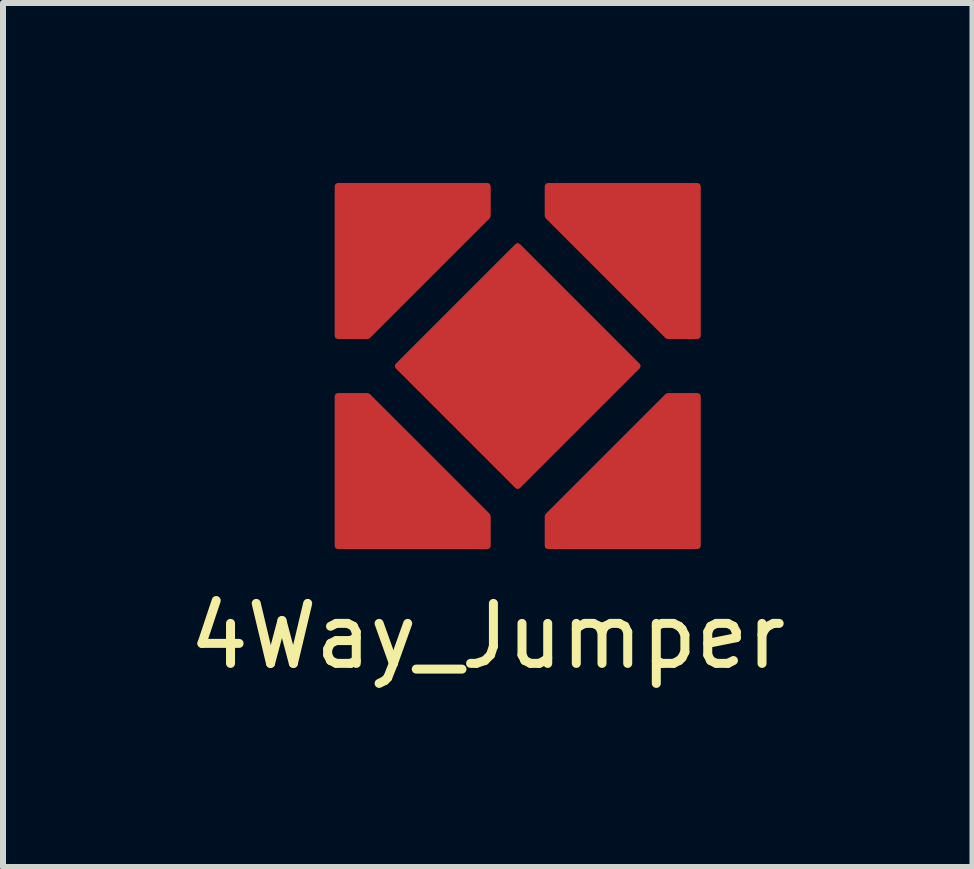
<source format=kicad_pcb>
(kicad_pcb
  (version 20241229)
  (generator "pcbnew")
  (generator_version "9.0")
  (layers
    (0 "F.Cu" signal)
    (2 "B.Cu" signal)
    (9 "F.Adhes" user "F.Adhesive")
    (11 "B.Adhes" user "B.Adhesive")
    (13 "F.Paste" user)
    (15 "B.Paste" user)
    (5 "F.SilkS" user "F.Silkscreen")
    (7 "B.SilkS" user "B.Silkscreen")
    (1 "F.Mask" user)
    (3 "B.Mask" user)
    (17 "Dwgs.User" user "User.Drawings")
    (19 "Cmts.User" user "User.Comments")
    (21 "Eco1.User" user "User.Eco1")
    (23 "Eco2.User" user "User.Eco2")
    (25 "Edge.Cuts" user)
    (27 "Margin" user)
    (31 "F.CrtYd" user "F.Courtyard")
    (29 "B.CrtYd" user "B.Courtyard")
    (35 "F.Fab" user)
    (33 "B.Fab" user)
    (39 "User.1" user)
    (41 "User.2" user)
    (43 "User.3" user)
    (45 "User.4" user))
  (footprint "4Way_Jumper"
    (layer "F.Cu")
    (at 5.577 3.05)
    (property "Reference" "4Way_Jumper" (at -0.5 4.5 0) (layer "F.SilkS") (effects (font (size 1 1) (thickness 0.15))))
    (attr through_hole)
    (pad "" smd custom (at 0 0) (size 1 1) (layers "F.Cu" "F.Mask" "F.Paste") (options (anchor circle)) (primitives (gr_poly (pts (xy 0 -2) (xy -2 0) (xy 0 2) (xy 2 0)) (width 0.1) (fill yes))))
    (pad "1" smd custom (at -2 -2) (size 1 1) (layers "F.Cu" "F.Mask" "F.Paste") (options (anchor circle)) (primitives (gr_poly (pts (xy -1 -1) (xy 1.5 -1) (xy 1.5 -0.5) (xy -0.5 1.5) (xy -1 1.5)) (width 0.1) (fill yes))))
    (pad "2" smd custom (at -2 2) (size 1 1) (layers "F.Cu" "F.Mask" "F.Paste") (options (anchor circle)) (primitives (gr_poly (pts (xy -1 -1.5) (xy -0.5 -1.5) (xy 1.5 0.5) (xy 1.5 1) (xy -1 1)) (width 0.1) (fill yes))))
    (pad "3" smd custom (at 2 2) (size 1 1) (layers "F.Cu" "F.Mask" "F.Paste") (options (anchor circle)) (primitives (gr_poly (pts (xy 0.5 -1.5) (xy 1 -1.5) (xy 1 1) (xy -1.5 1) (xy -1.5 0.5)) (width 0.1) (fill yes))))
    (pad "4" smd custom (at 2 -2) (size 1 1) (layers "F.Cu" "F.Mask" "F.Paste") (options (anchor circle)) (primitives (gr_poly (pts (xy -1.5 -0.5) (xy 0.5 1.5) (xy 1 1.5) (xy 1 -1) (xy -1.5 -1)) (width 0.1) (fill yes)))))
  (gr_rect
    (start -3 -3)
    (end 13.155 11.398)
    (stroke (width 0.1) (type default))
    (fill no)
    (layer "Edge.Cuts")))
</source>
